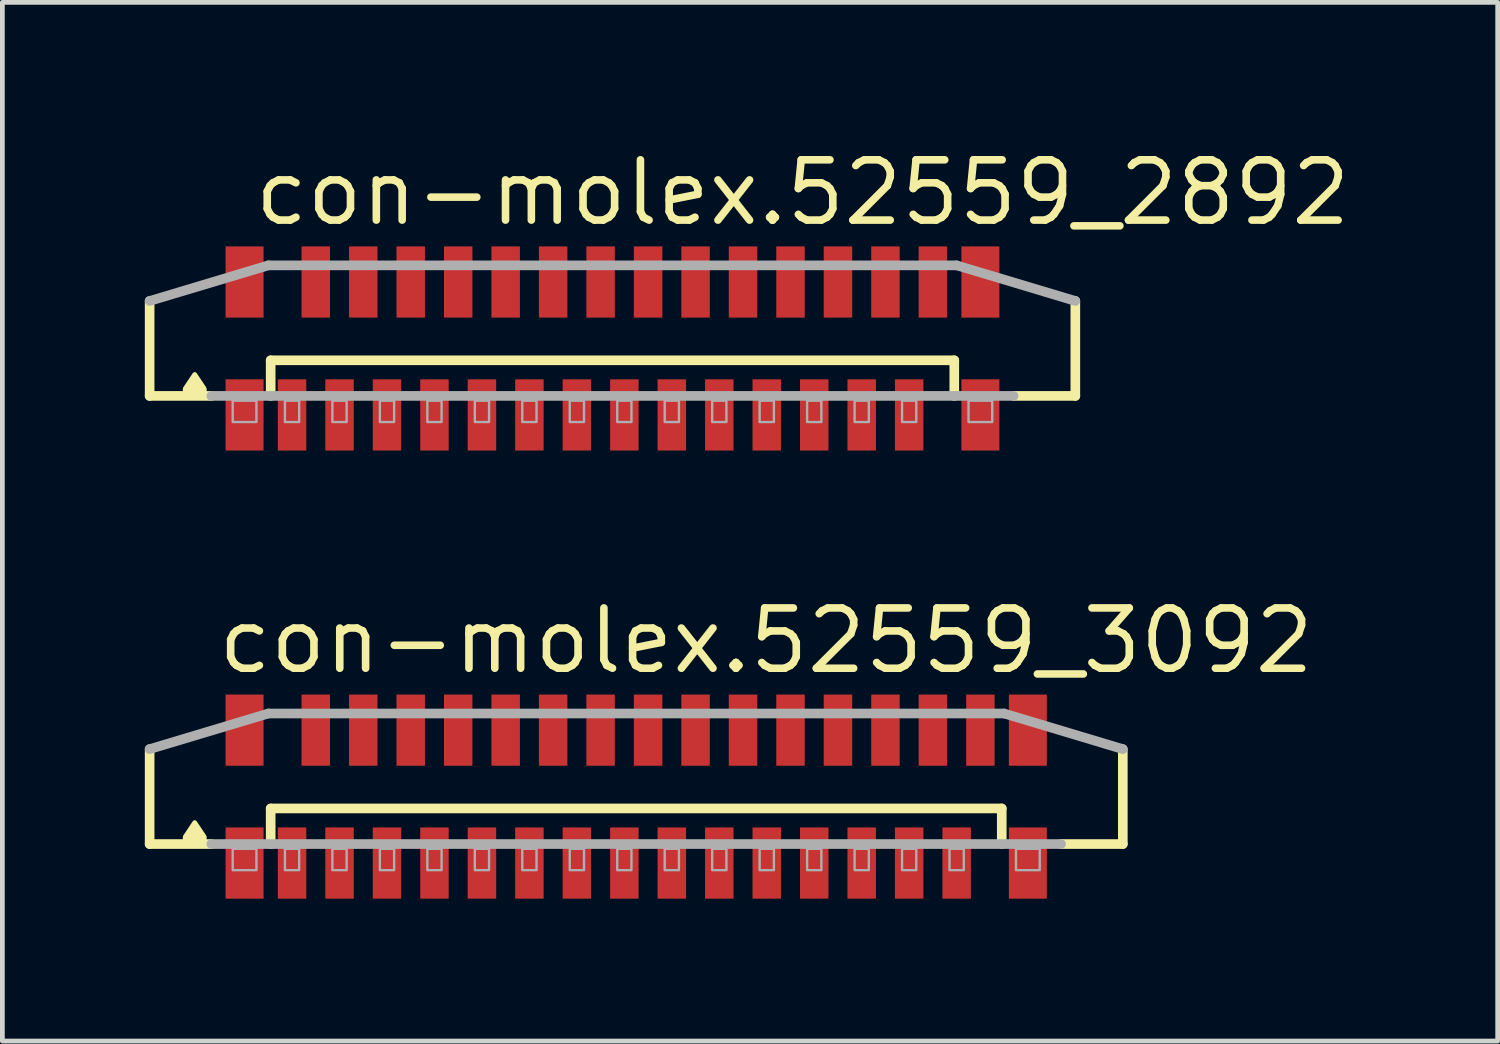
<source format=kicad_pcb>
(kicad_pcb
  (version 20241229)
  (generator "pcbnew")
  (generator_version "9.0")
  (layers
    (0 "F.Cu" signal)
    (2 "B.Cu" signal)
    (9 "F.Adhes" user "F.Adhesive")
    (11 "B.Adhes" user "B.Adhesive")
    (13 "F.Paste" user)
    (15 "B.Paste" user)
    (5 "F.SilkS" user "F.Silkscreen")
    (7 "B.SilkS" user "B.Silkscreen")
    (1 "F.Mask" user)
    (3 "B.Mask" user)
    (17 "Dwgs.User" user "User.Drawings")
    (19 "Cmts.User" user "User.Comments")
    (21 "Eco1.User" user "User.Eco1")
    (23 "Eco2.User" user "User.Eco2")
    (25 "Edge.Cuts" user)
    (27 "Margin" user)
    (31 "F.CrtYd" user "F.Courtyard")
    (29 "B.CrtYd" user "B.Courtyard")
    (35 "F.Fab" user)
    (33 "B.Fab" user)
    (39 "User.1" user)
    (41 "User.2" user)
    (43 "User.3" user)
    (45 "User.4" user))
  (footprint "con-molex.52559_3092"
    (layer "F.Cu")
    (at 10.352 13.73)
    (property "Reference" "con-molex.52559_3092" (at -8.89 -2.54 0) (layer "F.SilkS") (effects (font (size 1.27 1.27) (thickness 0.16)) (justify left bottom)))
    (attr smd)
    (fp_line (start -10.25 1) (end -10.25 -1) (stroke (width 0.203) (type default)) (layer "F.SilkS"))
    (fp_line (start -8.95 1) (end -10.25 1) (stroke (width 0.203) (type default)) (layer "F.SilkS"))
    (fp_line (start -7.7 0.25) (end 7.7 0.25) (stroke (width 0.203) (type default)) (layer "F.SilkS"))
    (fp_line (start -7.7 1) (end -7.7 0.25) (stroke (width 0.203) (type default)) (layer "F.SilkS"))
    (fp_line (start 7.7 0.25) (end 7.7 1) (stroke (width 0.203) (type default)) (layer "F.SilkS"))
    (fp_line (start 10.25 -1) (end 10.25 1) (stroke (width 0.203) (type default)) (layer "F.SilkS"))
    (fp_line (start 10.25 1) (end 8.95 1) (stroke (width 0.203) (type default)) (layer "F.SilkS"))
    (fp_poly (pts (xy -9.1 0.95) (xy -9.1 0.85) (xy -9.3 0.55) (xy -9.5 0.85) (xy -9.5 0.95)) (stroke (width 0.102) (type default)) (fill yes) (layer "F.SilkS"))
    (fp_line (start -10.25 -1) (end -7.75 -1.75) (stroke (width 0.203) (type default)) (layer "F.Fab"))
    (fp_line (start -7.75 -1.75) (end 7.75 -1.75) (stroke (width 0.203) (type default)) (layer "F.Fab"))
    (fp_line (start 7.75 -1.75) (end 10.25 -1) (stroke (width 0.203) (type default)) (layer "F.Fab"))
    (fp_line (start 8.95 1) (end -8.95 1) (stroke (width 0.203) (type default)) (layer "F.Fab"))
    (fp_rect (start -8.5 1.55) (end -8 1.1) (stroke (width 0.05) (type default)) (fill no) (layer "F.Fab"))
    (fp_rect (start -7.4 1.55) (end -7.1 1.1) (stroke (width 0.05) (type default)) (fill no) (layer "F.Fab"))
    (fp_rect (start -6.4 1.55) (end -6.1 1.1) (stroke (width 0.05) (type default)) (fill no) (layer "F.Fab"))
    (fp_rect (start -5.4 1.55) (end -5.1 1.1) (stroke (width 0.05) (type default)) (fill no) (layer "F.Fab"))
    (fp_rect (start -4.4 1.55) (end -4.1 1.1) (stroke (width 0.05) (type default)) (fill no) (layer "F.Fab"))
    (fp_rect (start -3.4 1.55) (end -3.1 1.1) (stroke (width 0.05) (type default)) (fill no) (layer "F.Fab"))
    (fp_rect (start -2.4 1.55) (end -2.1 1.1) (stroke (width 0.05) (type default)) (fill no) (layer "F.Fab"))
    (fp_rect (start -1.4 1.55) (end -1.1 1.1) (stroke (width 0.05) (type default)) (fill no) (layer "F.Fab"))
    (fp_rect (start -0.4 1.55) (end -0.1 1.1) (stroke (width 0.05) (type default)) (fill no) (layer "F.Fab"))
    (fp_rect (start 0.6 1.55) (end 0.9 1.1) (stroke (width 0.05) (type default)) (fill no) (layer "F.Fab"))
    (fp_rect (start 1.6 1.55) (end 1.9 1.1) (stroke (width 0.05) (type default)) (fill no) (layer "F.Fab"))
    (fp_rect (start 2.6 1.55) (end 2.9 1.1) (stroke (width 0.05) (type default)) (fill no) (layer "F.Fab"))
    (fp_rect (start 3.6 1.55) (end 3.9 1.1) (stroke (width 0.05) (type default)) (fill no) (layer "F.Fab"))
    (fp_rect (start 4.6 1.55) (end 4.9 1.1) (stroke (width 0.05) (type default)) (fill no) (layer "F.Fab"))
    (fp_rect (start 5.6 1.55) (end 5.9 1.1) (stroke (width 0.05) (type default)) (fill no) (layer "F.Fab"))
    (fp_rect (start 6.6 1.55) (end 6.9 1.1) (stroke (width 0.05) (type default)) (fill no) (layer "F.Fab"))
    (fp_rect (start 8 1.55) (end 8.5 1.1) (stroke (width 0.05) (type default)) (fill no) (layer "F.Fab"))
    (pad "1" smd roundrect (at -7.25 1.4) (size 0.6 1.5) (layers "F.Cu" "F.Mask" "F.Paste") (roundrect_rratio 0.01))
    (pad "2" smd roundrect (at -6.75 -1.4 180) (size 0.6 1.5) (layers "F.Cu" "F.Mask" "F.Paste") (roundrect_rratio 0.01))
    (pad "3" smd roundrect (at -6.25 1.4) (size 0.6 1.5) (layers "F.Cu" "F.Mask" "F.Paste") (roundrect_rratio 0.01))
    (pad "4" smd roundrect (at -5.75 -1.4 180) (size 0.6 1.5) (layers "F.Cu" "F.Mask" "F.Paste") (roundrect_rratio 0.01))
    (pad "5" smd roundrect (at -5.25 1.4) (size 0.6 1.5) (layers "F.Cu" "F.Mask" "F.Paste") (roundrect_rratio 0.01))
    (pad "6" smd roundrect (at -4.75 -1.4 180) (size 0.6 1.5) (layers "F.Cu" "F.Mask" "F.Paste") (roundrect_rratio 0.01))
    (pad "7" smd roundrect (at -4.25 1.4) (size 0.6 1.5) (layers "F.Cu" "F.Mask" "F.Paste") (roundrect_rratio 0.01))
    (pad "8" smd roundrect (at -3.75 -1.4 180) (size 0.6 1.5) (layers "F.Cu" "F.Mask" "F.Paste") (roundrect_rratio 0.01))
    (pad "9" smd roundrect (at -3.25 1.4) (size 0.6 1.5) (layers "F.Cu" "F.Mask" "F.Paste") (roundrect_rratio 0.01))
    (pad "10" smd roundrect (at -2.75 -1.4 180) (size 0.6 1.5) (layers "F.Cu" "F.Mask" "F.Paste") (roundrect_rratio 0.01))
    (pad "11" smd roundrect (at -2.25 1.4) (size 0.6 1.5) (layers "F.Cu" "F.Mask" "F.Paste") (roundrect_rratio 0.01))
    (pad "12" smd roundrect (at -1.75 -1.4 180) (size 0.6 1.5) (layers "F.Cu" "F.Mask" "F.Paste") (roundrect_rratio 0.01))
    (pad "13" smd roundrect (at -1.25 1.4) (size 0.6 1.5) (layers "F.Cu" "F.Mask" "F.Paste") (roundrect_rratio 0.01))
    (pad "14" smd roundrect (at -0.75 -1.4 180) (size 0.6 1.5) (layers "F.Cu" "F.Mask" "F.Paste") (roundrect_rratio 0.01))
    (pad "15" smd roundrect (at -0.25 1.4) (size 0.6 1.5) (layers "F.Cu" "F.Mask" "F.Paste") (roundrect_rratio 0.01))
    (pad "16" smd roundrect (at 0.25 -1.4 180) (size 0.6 1.5) (layers "F.Cu" "F.Mask" "F.Paste") (roundrect_rratio 0.01))
    (pad "17" smd roundrect (at 0.75 1.4) (size 0.6 1.5) (layers "F.Cu" "F.Mask" "F.Paste") (roundrect_rratio 0.01))
    (pad "18" smd roundrect (at 1.25 -1.4 180) (size 0.6 1.5) (layers "F.Cu" "F.Mask" "F.Paste") (roundrect_rratio 0.01))
    (pad "19" smd roundrect (at 1.75 1.4) (size 0.6 1.5) (layers "F.Cu" "F.Mask" "F.Paste") (roundrect_rratio 0.01))
    (pad "20" smd roundrect (at 2.25 -1.4 180) (size 0.6 1.5) (layers "F.Cu" "F.Mask" "F.Paste") (roundrect_rratio 0.01))
    (pad "21" smd roundrect (at 2.75 1.4) (size 0.6 1.5) (layers "F.Cu" "F.Mask" "F.Paste") (roundrect_rratio 0.01))
    (pad "22" smd roundrect (at 3.25 -1.4 180) (size 0.6 1.5) (layers "F.Cu" "F.Mask" "F.Paste") (roundrect_rratio 0.01))
    (pad "23" smd roundrect (at 3.75 1.4) (size 0.6 1.5) (layers "F.Cu" "F.Mask" "F.Paste") (roundrect_rratio 0.01))
    (pad "24" smd roundrect (at 4.25 -1.4 180) (size 0.6 1.5) (layers "F.Cu" "F.Mask" "F.Paste") (roundrect_rratio 0.01))
    (pad "25" smd roundrect (at 4.75 1.4) (size 0.6 1.5) (layers "F.Cu" "F.Mask" "F.Paste") (roundrect_rratio 0.01))
    (pad "26" smd roundrect (at 5.25 -1.4 180) (size 0.6 1.5) (layers "F.Cu" "F.Mask" "F.Paste") (roundrect_rratio 0.01))
    (pad "27" smd roundrect (at 5.75 1.4) (size 0.6 1.5) (layers "F.Cu" "F.Mask" "F.Paste") (roundrect_rratio 0.01))
    (pad "28" smd roundrect (at 6.25 -1.4 180) (size 0.6 1.5) (layers "F.Cu" "F.Mask" "F.Paste") (roundrect_rratio 0.01))
    (pad "29" smd roundrect (at 6.75 1.4) (size 0.6 1.5) (layers "F.Cu" "F.Mask" "F.Paste") (roundrect_rratio 0.01))
    (pad "30" smd roundrect (at 7.25 -1.4 180) (size 0.6 1.5) (layers "F.Cu" "F.Mask" "F.Paste") (roundrect_rratio 0.01))
    (pad "M1" smd roundrect (at -8.25 1.4) (size 0.8 1.5) (layers "F.Cu" "F.Mask" "F.Paste") (roundrect_rratio 0.01))
    (pad "M2" smd roundrect (at 8.25 1.4) (size 0.8 1.5) (layers "F.Cu" "F.Mask" "F.Paste") (roundrect_rratio 0.01))
    (pad "M3" smd roundrect (at 8.25 -1.4 180) (size 0.8 1.5) (layers "F.Cu" "F.Mask" "F.Paste") (roundrect_rratio 0.01))
    (pad "M4" smd roundrect (at -8.25 -1.4 180) (size 0.8 1.5) (layers "F.Cu" "F.Mask" "F.Paste") (roundrect_rratio 0.01)))
  (footprint "con-molex.52559_2892"
    (layer "F.Cu")
    (at 9.852 4.29)
    (property "Reference" "con-molex.52559_2892" (at -7.62 -2.54 0) (layer "F.SilkS") (effects (font (size 1.27 1.27) (thickness 0.16)) (justify left bottom)))
    (attr smd)
    (fp_line (start -9.75 1) (end -9.75 -1) (stroke (width 0.203) (type default)) (layer "F.SilkS"))
    (fp_line (start -8.45 1) (end -9.75 1) (stroke (width 0.203) (type default)) (layer "F.SilkS"))
    (fp_line (start -7.2 0.25) (end 7.2 0.25) (stroke (width 0.203) (type default)) (layer "F.SilkS"))
    (fp_line (start -7.2 1) (end -7.2 0.25) (stroke (width 0.203) (type default)) (layer "F.SilkS"))
    (fp_line (start 7.2 0.25) (end 7.2 1) (stroke (width 0.203) (type default)) (layer "F.SilkS"))
    (fp_line (start 9.75 -1) (end 9.75 1) (stroke (width 0.203) (type default)) (layer "F.SilkS"))
    (fp_line (start 9.75 1) (end 8.45 1) (stroke (width 0.203) (type default)) (layer "F.SilkS"))
    (fp_poly (pts (xy -8.6 0.95) (xy -8.6 0.85) (xy -8.8 0.55) (xy -9 0.85) (xy -9 0.95)) (stroke (width 0.102) (type default)) (fill yes) (layer "F.SilkS"))
    (fp_line (start -9.75 -1) (end -7.25 -1.75) (stroke (width 0.203) (type default)) (layer "F.Fab"))
    (fp_line (start -7.25 -1.75) (end 7.25 -1.75) (stroke (width 0.203) (type default)) (layer "F.Fab"))
    (fp_line (start 7.25 -1.75) (end 9.75 -1) (stroke (width 0.203) (type default)) (layer "F.Fab"))
    (fp_line (start 8.45 1) (end -8.45 1) (stroke (width 0.203) (type default)) (layer "F.Fab"))
    (fp_rect (start -8 1.55) (end -7.5 1.1) (stroke (width 0.05) (type default)) (fill no) (layer "F.Fab"))
    (fp_rect (start -6.9 1.55) (end -6.6 1.1) (stroke (width 0.05) (type default)) (fill no) (layer "F.Fab"))
    (fp_rect (start -5.9 1.55) (end -5.6 1.1) (stroke (width 0.05) (type default)) (fill no) (layer "F.Fab"))
    (fp_rect (start -4.9 1.55) (end -4.6 1.1) (stroke (width 0.05) (type default)) (fill no) (layer "F.Fab"))
    (fp_rect (start -3.9 1.55) (end -3.6 1.1) (stroke (width 0.05) (type default)) (fill no) (layer "F.Fab"))
    (fp_rect (start -2.9 1.55) (end -2.6 1.1) (stroke (width 0.05) (type default)) (fill no) (layer "F.Fab"))
    (fp_rect (start -1.9 1.55) (end -1.6 1.1) (stroke (width 0.05) (type default)) (fill no) (layer "F.Fab"))
    (fp_rect (start -0.9 1.55) (end -0.6 1.1) (stroke (width 0.05) (type default)) (fill no) (layer "F.Fab"))
    (fp_rect (start 0.1 1.55) (end 0.4 1.1) (stroke (width 0.05) (type default)) (fill no) (layer "F.Fab"))
    (fp_rect (start 1.1 1.55) (end 1.4 1.1) (stroke (width 0.05) (type default)) (fill no) (layer "F.Fab"))
    (fp_rect (start 2.1 1.55) (end 2.4 1.1) (stroke (width 0.05) (type default)) (fill no) (layer "F.Fab"))
    (fp_rect (start 3.1 1.55) (end 3.4 1.1) (stroke (width 0.05) (type default)) (fill no) (layer "F.Fab"))
    (fp_rect (start 4.1 1.55) (end 4.4 1.1) (stroke (width 0.05) (type default)) (fill no) (layer "F.Fab"))
    (fp_rect (start 5.1 1.55) (end 5.4 1.1) (stroke (width 0.05) (type default)) (fill no) (layer "F.Fab"))
    (fp_rect (start 6.1 1.55) (end 6.4 1.1) (stroke (width 0.05) (type default)) (fill no) (layer "F.Fab"))
    (fp_rect (start 7.5 1.55) (end 8 1.1) (stroke (width 0.05) (type default)) (fill no) (layer "F.Fab"))
    (pad "1" smd roundrect (at -6.75 1.4) (size 0.6 1.5) (layers "F.Cu" "F.Mask" "F.Paste") (roundrect_rratio 0.01))
    (pad "2" smd roundrect (at -6.25 -1.4 180) (size 0.6 1.5) (layers "F.Cu" "F.Mask" "F.Paste") (roundrect_rratio 0.01))
    (pad "3" smd roundrect (at -5.75 1.4) (size 0.6 1.5) (layers "F.Cu" "F.Mask" "F.Paste") (roundrect_rratio 0.01))
    (pad "4" smd roundrect (at -5.25 -1.4 180) (size 0.6 1.5) (layers "F.Cu" "F.Mask" "F.Paste") (roundrect_rratio 0.01))
    (pad "5" smd roundrect (at -4.75 1.4) (size 0.6 1.5) (layers "F.Cu" "F.Mask" "F.Paste") (roundrect_rratio 0.01))
    (pad "6" smd roundrect (at -4.25 -1.4 180) (size 0.6 1.5) (layers "F.Cu" "F.Mask" "F.Paste") (roundrect_rratio 0.01))
    (pad "7" smd roundrect (at -3.75 1.4) (size 0.6 1.5) (layers "F.Cu" "F.Mask" "F.Paste") (roundrect_rratio 0.01))
    (pad "8" smd roundrect (at -3.25 -1.4 180) (size 0.6 1.5) (layers "F.Cu" "F.Mask" "F.Paste") (roundrect_rratio 0.01))
    (pad "9" smd roundrect (at -2.75 1.4) (size 0.6 1.5) (layers "F.Cu" "F.Mask" "F.Paste") (roundrect_rratio 0.01))
    (pad "10" smd roundrect (at -2.25 -1.4 180) (size 0.6 1.5) (layers "F.Cu" "F.Mask" "F.Paste") (roundrect_rratio 0.01))
    (pad "11" smd roundrect (at -1.75 1.4) (size 0.6 1.5) (layers "F.Cu" "F.Mask" "F.Paste") (roundrect_rratio 0.01))
    (pad "12" smd roundrect (at -1.25 -1.4 180) (size 0.6 1.5) (layers "F.Cu" "F.Mask" "F.Paste") (roundrect_rratio 0.01))
    (pad "13" smd roundrect (at -0.75 1.4) (size 0.6 1.5) (layers "F.Cu" "F.Mask" "F.Paste") (roundrect_rratio 0.01))
    (pad "14" smd roundrect (at -0.25 -1.4 180) (size 0.6 1.5) (layers "F.Cu" "F.Mask" "F.Paste") (roundrect_rratio 0.01))
    (pad "15" smd roundrect (at 0.25 1.4) (size 0.6 1.5) (layers "F.Cu" "F.Mask" "F.Paste") (roundrect_rratio 0.01))
    (pad "16" smd roundrect (at 0.75 -1.4 180) (size 0.6 1.5) (layers "F.Cu" "F.Mask" "F.Paste") (roundrect_rratio 0.01))
    (pad "17" smd roundrect (at 1.25 1.4) (size 0.6 1.5) (layers "F.Cu" "F.Mask" "F.Paste") (roundrect_rratio 0.01))
    (pad "18" smd roundrect (at 1.75 -1.4 180) (size 0.6 1.5) (layers "F.Cu" "F.Mask" "F.Paste") (roundrect_rratio 0.01))
    (pad "19" smd roundrect (at 2.25 1.4) (size 0.6 1.5) (layers "F.Cu" "F.Mask" "F.Paste") (roundrect_rratio 0.01))
    (pad "20" smd roundrect (at 2.75 -1.4 180) (size 0.6 1.5) (layers "F.Cu" "F.Mask" "F.Paste") (roundrect_rratio 0.01))
    (pad "21" smd roundrect (at 3.25 1.4) (size 0.6 1.5) (layers "F.Cu" "F.Mask" "F.Paste") (roundrect_rratio 0.01))
    (pad "22" smd roundrect (at 3.75 -1.4 180) (size 0.6 1.5) (layers "F.Cu" "F.Mask" "F.Paste") (roundrect_rratio 0.01))
    (pad "23" smd roundrect (at 4.25 1.4) (size 0.6 1.5) (layers "F.Cu" "F.Mask" "F.Paste") (roundrect_rratio 0.01))
    (pad "24" smd roundrect (at 4.75 -1.4 180) (size 0.6 1.5) (layers "F.Cu" "F.Mask" "F.Paste") (roundrect_rratio 0.01))
    (pad "25" smd roundrect (at 5.25 1.4) (size 0.6 1.5) (layers "F.Cu" "F.Mask" "F.Paste") (roundrect_rratio 0.01))
    (pad "26" smd roundrect (at 5.75 -1.4 180) (size 0.6 1.5) (layers "F.Cu" "F.Mask" "F.Paste") (roundrect_rratio 0.01))
    (pad "27" smd roundrect (at 6.25 1.4) (size 0.6 1.5) (layers "F.Cu" "F.Mask" "F.Paste") (roundrect_rratio 0.01))
    (pad "28" smd roundrect (at 6.75 -1.4 180) (size 0.6 1.5) (layers "F.Cu" "F.Mask" "F.Paste") (roundrect_rratio 0.01))
    (pad "M1" smd roundrect (at -7.75 1.4) (size 0.8 1.5) (layers "F.Cu" "F.Mask" "F.Paste") (roundrect_rratio 0.01))
    (pad "M2" smd roundrect (at 7.75 1.4) (size 0.8 1.5) (layers "F.Cu" "F.Mask" "F.Paste") (roundrect_rratio 0.01))
    (pad "M3" smd roundrect (at 7.75 -1.4 180) (size 0.8 1.5) (layers "F.Cu" "F.Mask" "F.Paste") (roundrect_rratio 0.01))
    (pad "M4" smd roundrect (at -7.75 -1.4 180) (size 0.8 1.5) (layers "F.Cu" "F.Mask" "F.Paste") (roundrect_rratio 0.01)))
  (gr_rect
    (start -3 -3)
    (end 28.499 18.88)
    (stroke (width 0.1) (type default))
    (fill no)
    (layer "Edge.Cuts")))
</source>
